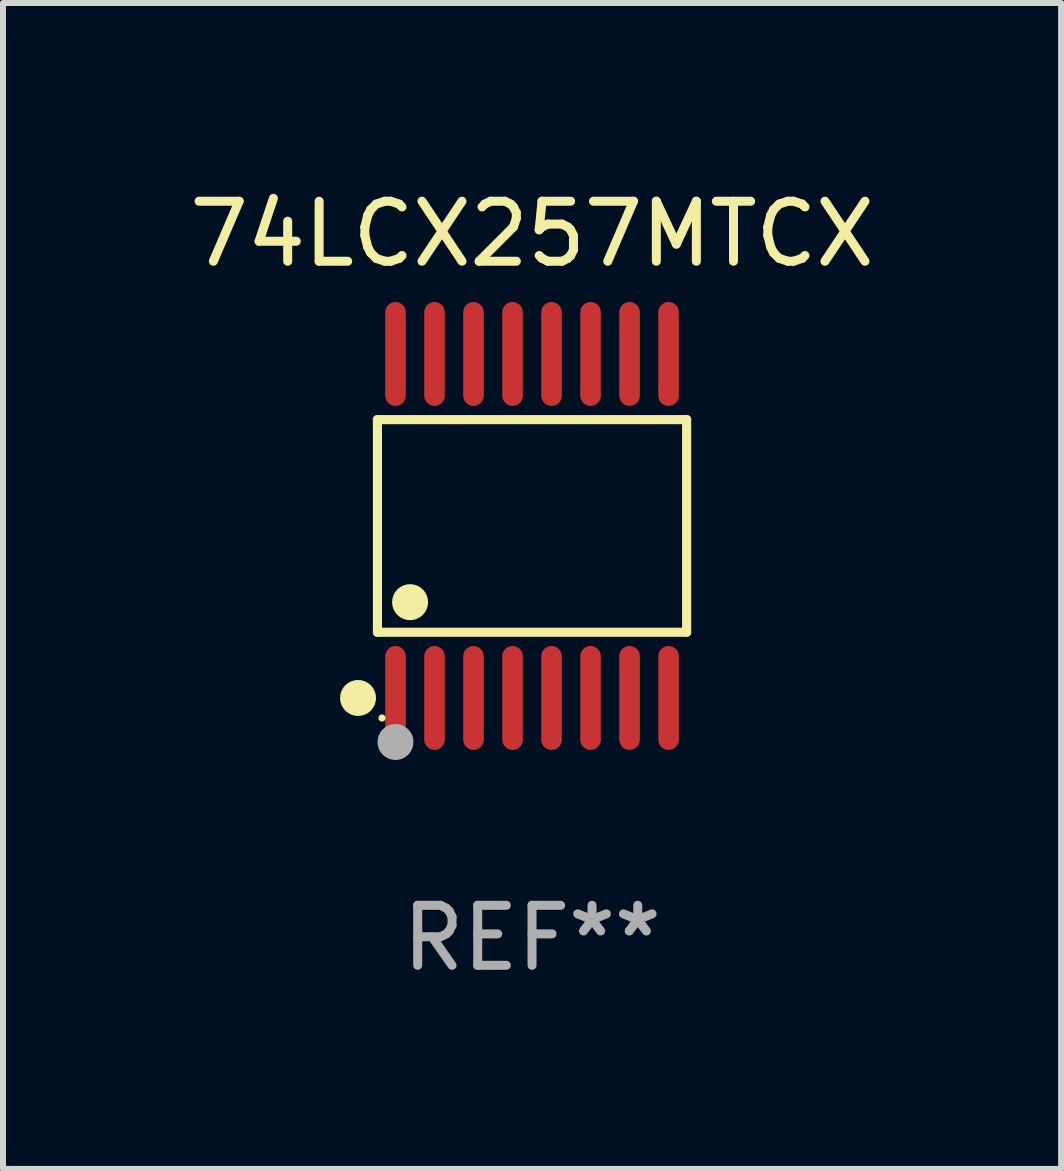
<source format=kicad_pcb>
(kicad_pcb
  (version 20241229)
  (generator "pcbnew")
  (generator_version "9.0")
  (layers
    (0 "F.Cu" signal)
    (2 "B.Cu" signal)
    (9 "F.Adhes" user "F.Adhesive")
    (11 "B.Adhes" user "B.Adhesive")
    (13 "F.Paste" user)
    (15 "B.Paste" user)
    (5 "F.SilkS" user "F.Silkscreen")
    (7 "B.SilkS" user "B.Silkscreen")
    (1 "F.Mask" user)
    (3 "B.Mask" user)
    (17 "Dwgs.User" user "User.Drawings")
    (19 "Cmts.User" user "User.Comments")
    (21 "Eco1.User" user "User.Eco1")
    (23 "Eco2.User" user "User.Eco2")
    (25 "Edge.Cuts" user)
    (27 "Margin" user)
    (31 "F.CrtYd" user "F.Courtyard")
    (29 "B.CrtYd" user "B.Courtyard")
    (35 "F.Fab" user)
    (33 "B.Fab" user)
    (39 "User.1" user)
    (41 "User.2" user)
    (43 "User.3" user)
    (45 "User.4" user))
  (footprint "74LCX257MTCX"
    (layer "F.Cu")
    (at 5.815 5.714)
    (property "Reference" "74LCX257MTCX" (at 0 -4.866 0) (layer "F.SilkS") (effects (font (size 1 1) (thickness 0.15))))
    (attr through_hole)
    (fp_line (start -2.576 -1.772) (end 2.576 -1.772) (stroke (width 0.152) (type solid)) (layer "F.SilkS"))
    (fp_line (start -2.576 1.771) (end -2.576 -1.772) (stroke (width 0.152) (type solid)) (layer "F.SilkS"))
    (fp_line (start 2.576 -1.772) (end 2.576 1.771) (stroke (width 0.152) (type solid)) (layer "F.SilkS"))
    (fp_line (start 2.576 1.771) (end -2.576 1.771) (stroke (width 0.152) (type solid)) (layer "F.SilkS"))
    (fp_circle (center -2.899 2.866) (end -2.749 2.866) (stroke (width 0.3) (type solid)) (fill no) (layer "F.SilkS"))
    (fp_circle (center -2.5 3.2) (end -2.47 3.2) (stroke (width 0.06) (type solid)) (fill no) (layer "F.SilkS"))
    (fp_circle (center -2.032 1.27) (end -1.882 1.27) (stroke (width 0.3) (type solid)) (fill no) (layer "F.SilkS"))
    (fp_circle (center -2.275 3.6) (end -2.125 3.6) (stroke (width 0.3) (type solid)) (fill no) (layer "F.Fab"))
    (fp_text user "REF**" (at 0 6.866 0) (layer "F.Fab") (effects (font (size 1 1) (thickness 0.15))))
    (pad "1" smd oval (at -2.275 2.866) (size 0.343 1.731) (layers "F.Cu" "F.Mask" "F.Paste"))
    (pad "2" smd oval (at -1.625 2.866) (size 0.343 1.731) (layers "F.Cu" "F.Mask" "F.Paste"))
    (pad "3" smd oval (at -0.975 2.866) (size 0.343 1.731) (layers "F.Cu" "F.Mask" "F.Paste"))
    (pad "4" smd oval (at -0.325 2.866) (size 0.343 1.731) (layers "F.Cu" "F.Mask" "F.Paste"))
    (pad "5" smd oval (at 0.325 2.866) (size 0.343 1.731) (layers "F.Cu" "F.Mask" "F.Paste"))
    (pad "6" smd oval (at 0.975 2.866) (size 0.343 1.731) (layers "F.Cu" "F.Mask" "F.Paste"))
    (pad "7" smd oval (at 1.625 2.866) (size 0.343 1.731) (layers "F.Cu" "F.Mask" "F.Paste"))
    (pad "8" smd oval (at 2.275 2.866) (size 0.343 1.731) (layers "F.Cu" "F.Mask" "F.Paste"))
    (pad "9" smd oval (at 2.275 -2.866) (size 0.343 1.731) (layers "F.Cu" "F.Mask" "F.Paste"))
    (pad "10" smd oval (at 1.625 -2.866) (size 0.343 1.731) (layers "F.Cu" "F.Mask" "F.Paste"))
    (pad "11" smd oval (at 0.975 -2.866) (size 0.343 1.731) (layers "F.Cu" "F.Mask" "F.Paste"))
    (pad "12" smd oval (at 0.325 -2.866) (size 0.343 1.731) (layers "F.Cu" "F.Mask" "F.Paste"))
    (pad "13" smd oval (at -0.325 -2.866) (size 0.343 1.731) (layers "F.Cu" "F.Mask" "F.Paste"))
    (pad "14" smd oval (at -0.975 -2.866) (size 0.343 1.731) (layers "F.Cu" "F.Mask" "F.Paste"))
    (pad "15" smd oval (at -1.625 -2.866) (size 0.343 1.731) (layers "F.Cu" "F.Mask" "F.Paste"))
    (pad "16" smd oval (at -2.275 -2.866) (size 0.343 1.731) (layers "F.Cu" "F.Mask" "F.Paste")))
  (gr_rect
    (start -3 -3)
    (end 14.631 16.428)
    (stroke (width 0.1) (type default))
    (fill no)
    (layer "Edge.Cuts")))
</source>
